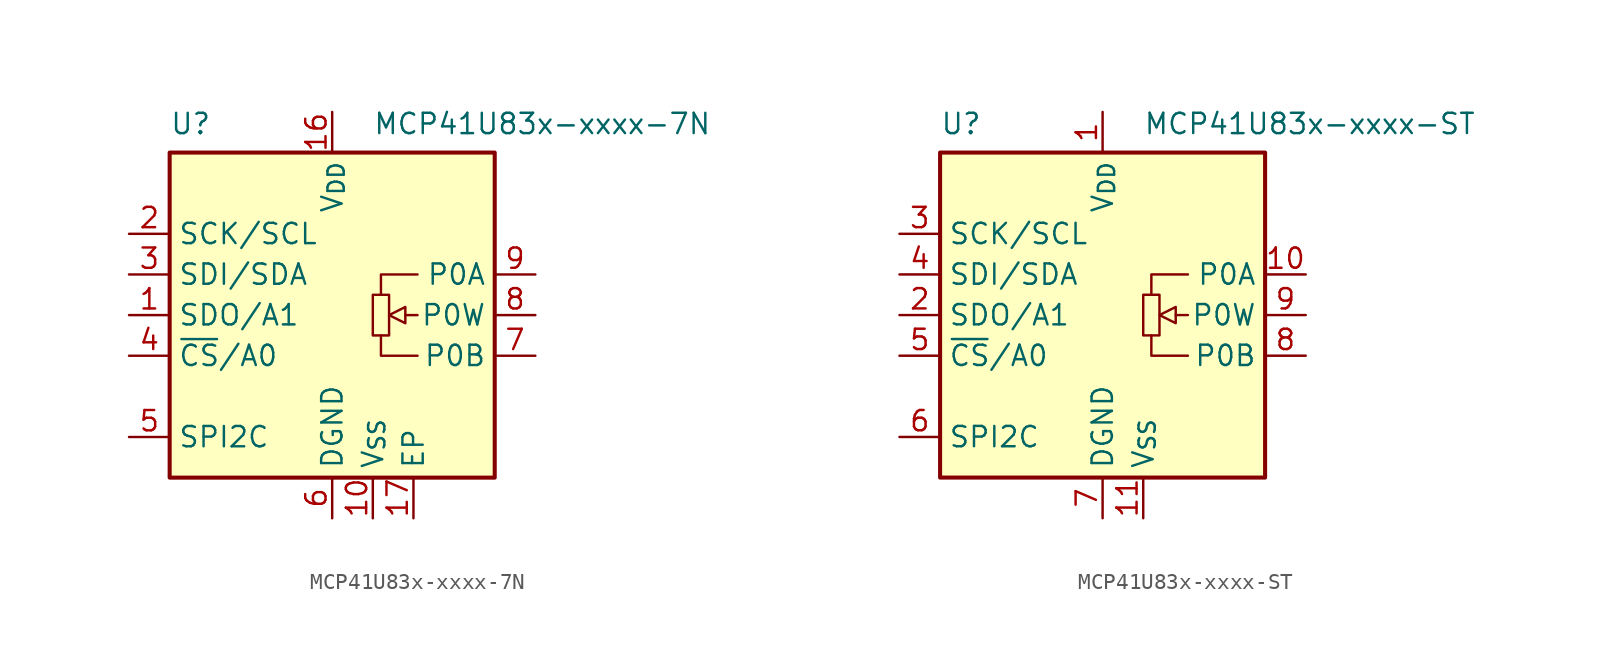
<source format=kicad_sym>
(kicad_symbol_lib
  (version 20241209)
  (generator "kicad_symbol_editor")
  (generator_version "9.0")
  (symbol "MCP41U83x-xxxx-7N"
    (property "Reference" "U"
      (at -10.16 12.7 0)
      (effects (font (size 1.27 1.27)) (justify left top)))
    (property "Value" "MCP41U83x-xxxx-7N"
      (at 2.54 12.7 0)
      (effects (font (size 1.27 1.27)) (justify left top)))
    (symbol "MCP41U83x-xxxx-7N_0_1"
      (rectangle (start 2.54 1.27) (end 3.556 -1.27) (stroke (width 0) (type default)) (fill (type none)))
      (polyline (pts (xy 3.048 -1.27) (xy 3.048 -2.54) (xy 5.334 -2.54)) (stroke (width 0) (type default)) (fill (type none)))
      (polyline (pts (xy 4.572 0.508) (xy 3.556 0) (xy 4.572 -0.508) (xy 4.572 0.508)) (stroke (width 0) (type default)) (fill (type none)))
      (polyline (pts (xy 4.572 0) (xy 5.334 0)) (stroke (width 0) (type default)) (fill (type none)))
      (polyline (pts (xy 5.334 2.54) (xy 3.048 2.54) (xy 3.048 1.27)) (stroke (width 0) (type default)) (fill (type none))))
    (symbol "MCP41U83x-xxxx-7N_1_1"
      (rectangle (start -10.16 10.16) (end 10.16 -10.16) (stroke (width 0.254) (type default)) (fill (type background)))
      (pin input line (at -12.7 5.08 0) (length 2.54) (name "SCK/SCL" (effects (font (size 1.27 1.27)))) (number "2" (effects (font (size 1.27 1.27)))))
      (pin bidirectional line (at -12.7 2.54 0) (length 2.54) (name "SDI/SDA" (effects (font (size 1.27 1.27)))) (number "3" (effects (font (size 1.27 1.27)))))
      (pin bidirectional line (at -12.7 0 0) (length 2.54) (name "SDO/A1" (effects (font (size 1.27 1.27)))) (number "1" (effects (font (size 1.27 1.27)))))
      (pin input line (at -12.7 -2.54 0) (length 2.54) (name "~{CS}/A0" (effects (font (size 1.27 1.27)))) (number "4" (effects (font (size 1.27 1.27)))))
      (pin input line (at -12.7 -7.62 0) (length 2.54) (name "SPI2C" (effects (font (size 1.27 1.27)))) (number "5" (effects (font (size 1.27 1.27)))))
      (pin power_in line (at 0 12.7 270) (length 2.54) (name "V_{DD}" (effects (font (size 1.27 1.27)))) (number "16" (effects (font (size 1.27 1.27)))))
      (pin power_in line (at 0 -12.7 90) (length 2.54) (name "DGND" (effects (font (size 1.27 1.27)))) (number "6" (effects (font (size 1.27 1.27)))))
      (pin power_in line (at 2.54 -12.7 90) (length 2.54) (name "V_{SS}" (effects (font (size 1.27 1.27)))) (number "10" (effects (font (size 1.27 1.27)))))
      (pin power_in line (at 5.08 -12.7 90) (length 2.54) (name "EP" (effects (font (size 1.27 1.27)))) (number "17" (effects (font (size 1.27 1.27)))))
      (pin no_connect line (at 10.16 -3.81 180) (length 2.54) (hide yes) (name "NC" (effects (font (size 1.27 1.27)))) (number "11" (effects (font (size 1.27 1.27)))))
      (pin no_connect line (at 10.16 -5.08 180) (length 2.54) (hide yes) (name "NC" (effects (font (size 1.27 1.27)))) (number "12" (effects (font (size 1.27 1.27)))))
      (pin no_connect line (at 10.16 -6.35 180) (length 2.54) (hide yes) (name "NC" (effects (font (size 1.27 1.27)))) (number "13" (effects (font (size 1.27 1.27)))))
      (pin no_connect line (at 10.16 -7.62 180) (length 2.54) (hide yes) (name "NC" (effects (font (size 1.27 1.27)))) (number "14" (effects (font (size 1.27 1.27)))))
      (pin no_connect line (at 10.16 -8.89 180) (length 2.54) (hide yes) (name "NC" (effects (font (size 1.27 1.27)))) (number "15" (effects (font (size 1.27 1.27)))))
      (pin passive line (at 12.7 2.54 180) (length 2.54) (name "P0A" (effects (font (size 1.27 1.27)))) (number "9" (effects (font (size 1.27 1.27)))))
      (pin passive line (at 12.7 0 180) (length 2.54) (name "P0W" (effects (font (size 1.27 1.27)))) (number "8" (effects (font (size 1.27 1.27)))))
      (pin passive line (at 12.7 -2.54 180) (length 2.54) (name "P0B" (effects (font (size 1.27 1.27)))) (number "7" (effects (font (size 1.27 1.27)))))))
  (symbol "MCP41U83x-xxxx-ST"
    (property "Reference" "U"
      (at -10.16 12.7 0)
      (effects (font (size 1.27 1.27)) (justify left top)))
    (property "Value" "MCP41U83x-xxxx-ST"
      (at 2.54 12.7 0)
      (effects (font (size 1.27 1.27)) (justify left top)))
    (symbol "MCP41U83x-xxxx-ST_0_1"
      (rectangle (start 2.54 1.27) (end 3.556 -1.27) (stroke (width 0) (type default)) (fill (type none)))
      (polyline (pts (xy 3.048 -1.27) (xy 3.048 -2.54) (xy 5.334 -2.54)) (stroke (width 0) (type default)) (fill (type none)))
      (polyline (pts (xy 4.572 0.508) (xy 3.556 0) (xy 4.572 -0.508) (xy 4.572 0.508)) (stroke (width 0) (type default)) (fill (type none)))
      (polyline (pts (xy 4.572 0) (xy 5.334 0)) (stroke (width 0) (type default)) (fill (type none)))
      (polyline (pts (xy 5.334 2.54) (xy 3.048 2.54) (xy 3.048 1.27)) (stroke (width 0) (type default)) (fill (type none))))
    (symbol "MCP41U83x-xxxx-ST_1_1"
      (rectangle (start -10.16 10.16) (end 10.16 -10.16) (stroke (width 0.254) (type default)) (fill (type background)))
      (pin input line (at -12.7 5.08 0) (length 2.54) (name "SCK/SCL" (effects (font (size 1.27 1.27)))) (number "3" (effects (font (size 1.27 1.27)))))
      (pin bidirectional line (at -12.7 2.54 0) (length 2.54) (name "SDI/SDA" (effects (font (size 1.27 1.27)))) (number "4" (effects (font (size 1.27 1.27)))))
      (pin bidirectional line (at -12.7 0 0) (length 2.54) (name "SDO/A1" (effects (font (size 1.27 1.27)))) (number "2" (effects (font (size 1.27 1.27)))))
      (pin input line (at -12.7 -2.54 0) (length 2.54) (name "~{CS}/A0" (effects (font (size 1.27 1.27)))) (number "5" (effects (font (size 1.27 1.27)))))
      (pin input line (at -12.7 -7.62 0) (length 2.54) (name "SPI2C" (effects (font (size 1.27 1.27)))) (number "6" (effects (font (size 1.27 1.27)))))
      (pin power_in line (at 0 12.7 270) (length 2.54) (name "V_{DD}" (effects (font (size 1.27 1.27)))) (number "1" (effects (font (size 1.27 1.27)))))
      (pin power_in line (at 0 -12.7 90) (length 2.54) (name "DGND" (effects (font (size 1.27 1.27)))) (number "7" (effects (font (size 1.27 1.27)))))
      (pin power_in line (at 2.54 -12.7 90) (length 2.54) (name "V_{SS}" (effects (font (size 1.27 1.27)))) (number "11" (effects (font (size 1.27 1.27)))))
      (pin no_connect line (at 10.16 -5.08 180) (length 2.54) (hide yes) (name "NC" (effects (font (size 1.27 1.27)))) (number "12" (effects (font (size 1.27 1.27)))))
      (pin no_connect line (at 10.16 -6.35 180) (length 2.54) (hide yes) (name "NC" (effects (font (size 1.27 1.27)))) (number "13" (effects (font (size 1.27 1.27)))))
      (pin no_connect line (at 10.16 -7.62 180) (length 2.54) (hide yes) (name "NC" (effects (font (size 1.27 1.27)))) (number "14" (effects (font (size 1.27 1.27)))))
      (pin passive line (at 12.7 2.54 180) (length 2.54) (name "P0A" (effects (font (size 1.27 1.27)))) (number "10" (effects (font (size 1.27 1.27)))))
      (pin passive line (at 12.7 0 180) (length 2.54) (name "P0W" (effects (font (size 1.27 1.27)))) (number "9" (effects (font (size 1.27 1.27)))))
      (pin passive line (at 12.7 -2.54 180) (length 2.54) (name "P0B" (effects (font (size 1.27 1.27)))) (number "8" (effects (font (size 1.27 1.27))))))))
</source>
